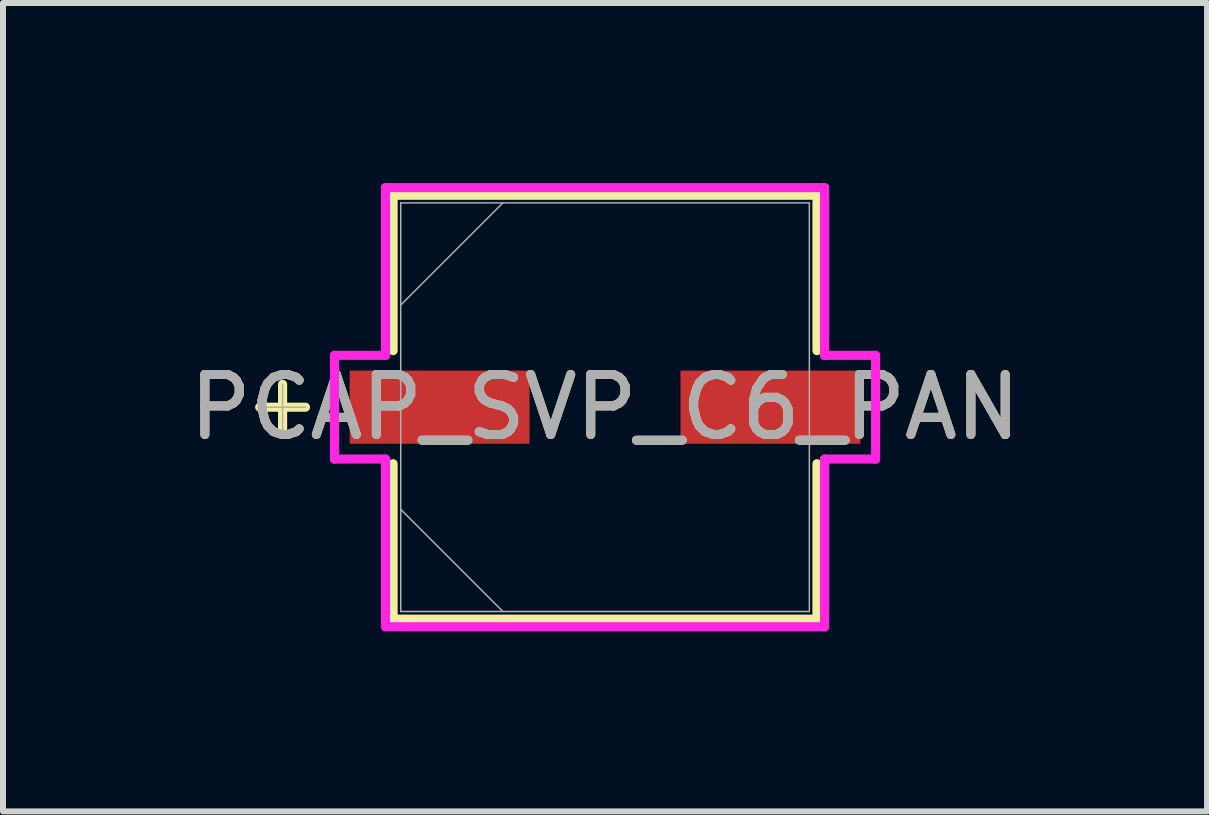
<source format=kicad_pcb>
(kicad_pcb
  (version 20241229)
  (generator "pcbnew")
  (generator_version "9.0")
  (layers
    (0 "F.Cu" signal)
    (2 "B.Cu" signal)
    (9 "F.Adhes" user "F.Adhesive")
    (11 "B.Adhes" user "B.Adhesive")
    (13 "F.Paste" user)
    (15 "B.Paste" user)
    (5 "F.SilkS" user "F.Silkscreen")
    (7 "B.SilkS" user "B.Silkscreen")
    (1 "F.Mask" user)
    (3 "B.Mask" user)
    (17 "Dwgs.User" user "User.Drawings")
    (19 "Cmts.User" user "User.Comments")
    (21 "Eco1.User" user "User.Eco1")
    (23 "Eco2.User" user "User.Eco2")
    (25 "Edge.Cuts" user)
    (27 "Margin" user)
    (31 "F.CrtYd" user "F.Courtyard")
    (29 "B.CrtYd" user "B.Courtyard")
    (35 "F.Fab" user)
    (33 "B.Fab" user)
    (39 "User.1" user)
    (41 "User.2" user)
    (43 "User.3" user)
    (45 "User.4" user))
  (footprint "PCAP_SVP_C6_PAN"
    (layer "F.Cu")
    (at 7.03 3.734)
    (property "Reference" "PCAP_SVP_C6_PAN" (at 0 0 0) (unlocked yes) (layer "F.SilkS") (effects (font (size 1 1) (thickness 0.15))))
    (attr smd)
    (fp_line (start -5.372 -0.381) (end -5.372 0.381) (stroke (width 0.152) (type solid)) (layer "F.SilkS"))
    (fp_line (start -4.991 0) (end -5.753 0) (stroke (width 0.152) (type solid)) (layer "F.SilkS"))
    (fp_line (start -3.531 -3.531) (end -3.531 -0.942) (stroke (width 0.152) (type solid)) (layer "F.SilkS"))
    (fp_line (start -3.531 0.942) (end -3.531 3.531) (stroke (width 0.152) (type solid)) (layer "F.SilkS"))
    (fp_line (start -3.531 3.531) (end 3.531 3.531) (stroke (width 0.152) (type solid)) (layer "F.SilkS"))
    (fp_line (start 3.531 -3.531) (end -3.531 -3.531) (stroke (width 0.152) (type solid)) (layer "F.SilkS"))
    (fp_line (start 3.531 -0.942) (end 3.531 -3.531) (stroke (width 0.152) (type solid)) (layer "F.SilkS"))
    (fp_line (start 3.531 3.531) (end 3.531 0.942) (stroke (width 0.152) (type solid)) (layer "F.SilkS"))
    (fp_line (start -4.508 -0.864) (end -3.658 -0.864) (stroke (width 0.152) (type solid)) (layer "F.CrtYd"))
    (fp_line (start -4.508 0.864) (end -4.508 -0.864) (stroke (width 0.152) (type solid)) (layer "F.CrtYd"))
    (fp_line (start -3.658 -3.658) (end 3.658 -3.658) (stroke (width 0.152) (type solid)) (layer "F.CrtYd"))
    (fp_line (start -3.658 -0.864) (end -3.658 -3.658) (stroke (width 0.152) (type solid)) (layer "F.CrtYd"))
    (fp_line (start -3.658 0.864) (end -4.508 0.864) (stroke (width 0.152) (type solid)) (layer "F.CrtYd"))
    (fp_line (start -3.658 3.658) (end -3.658 0.864) (stroke (width 0.152) (type solid)) (layer "F.CrtYd"))
    (fp_line (start 3.658 -3.658) (end 3.658 -0.864) (stroke (width 0.152) (type solid)) (layer "F.CrtYd"))
    (fp_line (start 3.658 -0.864) (end 4.508 -0.864) (stroke (width 0.152) (type solid)) (layer "F.CrtYd"))
    (fp_line (start 3.658 0.864) (end 3.658 3.658) (stroke (width 0.152) (type solid)) (layer "F.CrtYd"))
    (fp_line (start 3.658 3.658) (end -3.658 3.658) (stroke (width 0.152) (type solid)) (layer "F.CrtYd"))
    (fp_line (start 4.508 -0.864) (end 4.508 0.864) (stroke (width 0.152) (type solid)) (layer "F.CrtYd"))
    (fp_line (start 4.508 0.864) (end 3.658 0.864) (stroke (width 0.152) (type solid)) (layer "F.CrtYd"))
    (fp_line (start -5.372 -0.381) (end -5.372 0.381) (stroke (width 0.025) (type solid)) (layer "F.Fab"))
    (fp_line (start -4.991 0) (end -5.753 0) (stroke (width 0.025) (type solid)) (layer "F.Fab"))
    (fp_line (start -3.404 -3.404) (end -3.404 3.404) (stroke (width 0.025) (type solid)) (layer "F.Fab"))
    (fp_line (start -3.404 -1.702) (end -1.702 -3.404) (stroke (width 0.025) (type solid)) (layer "F.Fab"))
    (fp_line (start -3.404 1.702) (end -1.702 3.404) (stroke (width 0.025) (type solid)) (layer "F.Fab"))
    (fp_line (start -3.404 3.404) (end 3.404 3.404) (stroke (width 0.025) (type solid)) (layer "F.Fab"))
    (fp_line (start 3.404 -3.404) (end -3.404 -3.404) (stroke (width 0.025) (type solid)) (layer "F.Fab"))
    (fp_line (start 3.404 3.404) (end 3.404 -3.404) (stroke (width 0.025) (type solid)) (layer "F.Fab"))
    (fp_text user "${REFERENCE}" (at 0 0 0) (unlocked yes) (layer "F.Fab") (effects (font (size 1 1) (thickness 0.15))))
    (pad "1" smd rect (at -2.756 0) (size 2.997 1.219) (layers "F.Cu" "F.Mask" "F.Paste"))
    (pad "2" smd rect (at 2.756 0) (size 2.997 1.219) (layers "F.Cu" "F.Mask" "F.Paste"))
    (zone (net_name "") (layer "F.Cu") (hatch full 0.508) (connect_pads) (min_thickness 0.254) (filled_areas_thickness no) (keepout (tracks not_allowed) (vias not_allowed) (pads allowed) (copperpour not_allowed) (footprints allowed)) (placement (enabled no)) (fill) (polygon (pts (xy 3.677 0.381) (xy 10.383 0.381) (xy 10.383 3.073) (xy 3.677 3.073))))
    (zone (net_name "") (layer "F.Cu") (hatch full 0.508) (connect_pads) (min_thickness 0.254) (filled_areas_thickness no) (keepout (tracks not_allowed) (vias not_allowed) (pads allowed) (copperpour not_allowed) (footprints allowed)) (placement (enabled no)) (fill) (polygon (pts (xy 3.677 4.394) (xy 10.383 4.394) (xy 10.383 7.087) (xy 3.677 7.087))))
    (zone (net_name "") (layer "F.Cu") (hatch full 0.508) (connect_pads) (min_thickness 0.254) (filled_areas_thickness no) (keepout (tracks not_allowed) (vias not_allowed) (pads allowed) (copperpour not_allowed) (footprints allowed)) (placement (enabled no)) (fill) (polygon (pts (xy 5.823 3.073) (xy 8.236 3.073) (xy 8.236 4.394) (xy 5.823 4.394)))))
  (gr_rect
    (start -3 -3)
    (end 17.06 10.468)
    (stroke (width 0.1) (type default))
    (fill no)
    (layer "Edge.Cuts")))
</source>
